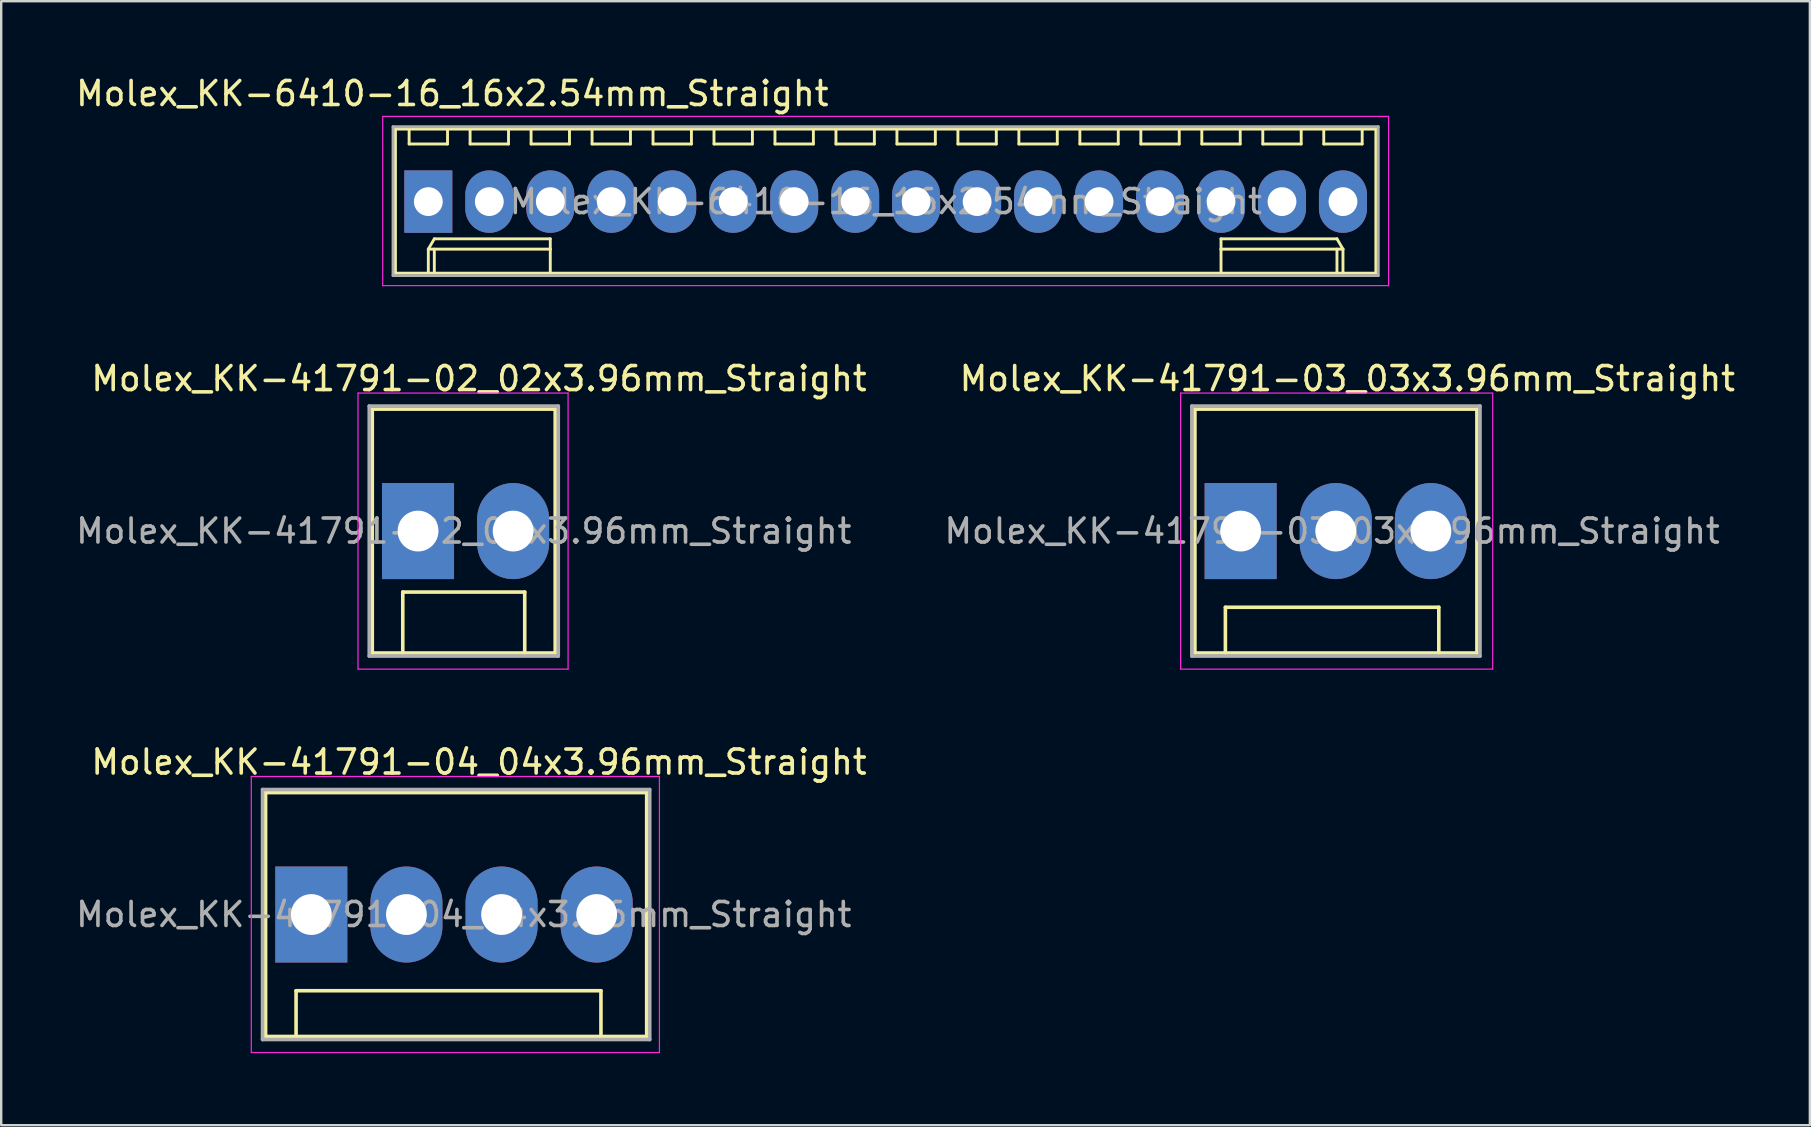
<source format=kicad_pcb>
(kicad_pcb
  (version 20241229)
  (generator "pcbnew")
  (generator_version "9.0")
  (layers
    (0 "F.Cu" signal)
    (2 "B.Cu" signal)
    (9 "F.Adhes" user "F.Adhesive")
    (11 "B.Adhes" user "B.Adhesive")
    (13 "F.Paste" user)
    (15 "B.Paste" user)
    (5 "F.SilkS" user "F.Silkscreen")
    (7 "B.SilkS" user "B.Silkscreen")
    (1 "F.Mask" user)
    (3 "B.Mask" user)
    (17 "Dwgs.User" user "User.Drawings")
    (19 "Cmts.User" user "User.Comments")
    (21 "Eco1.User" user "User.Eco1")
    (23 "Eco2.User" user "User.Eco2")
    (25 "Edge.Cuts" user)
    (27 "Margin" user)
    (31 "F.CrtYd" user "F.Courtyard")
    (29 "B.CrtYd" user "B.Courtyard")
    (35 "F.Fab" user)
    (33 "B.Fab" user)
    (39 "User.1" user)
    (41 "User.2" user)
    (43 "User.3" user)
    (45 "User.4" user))
  (footprint "Molex_KK-41791-04_04x3.96mm_Straight"
    (layer "F.Cu")
    (at 9.918 35.045)
    (property "Reference" "Molex_KK-41791-04_04x3.96mm_Straight" (at 6.985 -6.35 0) (layer "F.SilkS") (effects (font (size 1 1) (thickness 0.15))))
    (attr through_hole)
    (fp_line (start -1.905 -5.08) (end -1.905 5.08) (stroke (width 0.15) (type solid)) (layer "F.SilkS"))
    (fp_line (start -1.905 -5.08) (end 13.97 -5.08) (stroke (width 0.15) (type solid)) (layer "F.SilkS"))
    (fp_line (start -0.635 3.175) (end 12.065 3.175) (stroke (width 0.15) (type solid)) (layer "F.SilkS"))
    (fp_line (start -0.635 5.08) (end -0.635 3.175) (stroke (width 0.15) (type solid)) (layer "F.SilkS"))
    (fp_line (start 12.065 3.175) (end 12.065 5.08) (stroke (width 0.15) (type solid)) (layer "F.SilkS"))
    (fp_line (start 13.97 -5.08) (end 13.97 5.08) (stroke (width 0.15) (type solid)) (layer "F.SilkS"))
    (fp_line (start 13.97 5.08) (end -1.905 5.08) (stroke (width 0.15) (type solid)) (layer "F.SilkS"))
    (fp_line (start -2.5 -5.75) (end 14.5 -5.75) (stroke (width 0.05) (type solid)) (layer "F.CrtYd"))
    (fp_line (start -2.5 5.75) (end -2.5 -5.75) (stroke (width 0.05) (type solid)) (layer "F.CrtYd"))
    (fp_line (start 14.5 -5.75) (end 14.5 5.75) (stroke (width 0.05) (type solid)) (layer "F.CrtYd"))
    (fp_line (start 14.5 5.75) (end -2.5 5.75) (stroke (width 0.05) (type solid)) (layer "F.CrtYd"))
    (fp_line (start -2.032 -5.207) (end 14.097 -5.207) (stroke (width 0.15) (type solid)) (layer "F.Fab"))
    (fp_line (start -2.032 5.207) (end -2.032 -5.207) (stroke (width 0.15) (type solid)) (layer "F.Fab"))
    (fp_line (start 14.097 -5.207) (end 14.097 5.207) (stroke (width 0.15) (type solid)) (layer "F.Fab"))
    (fp_line (start 14.097 5.207) (end -2.032 5.207) (stroke (width 0.15) (type solid)) (layer "F.Fab"))
    (fp_text user "${REFERENCE}" (at 6.35 0 0) (layer "F.Fab") (effects (font (size 1 1) (thickness 0.15))))
    (pad "1" thru_hole rect (at 0 0) (size 3 4) (drill 1.7) (layers "*.Cu" "*.Mask"))
    (pad "2" thru_hole oval (at 3.962 0) (size 3 4) (drill 1.7) (layers "*.Cu" "*.Mask"))
    (pad "3" thru_hole oval (at 7.925 0) (size 3 4) (drill 1.7) (layers "*.Cu" "*.Mask"))
    (pad "4" thru_hole oval (at 11.887 0) (size 3 4) (drill 1.7) (layers "*.Cu" "*.Mask")))
  (footprint "Molex_KK-41791-02_02x3.96mm_Straight"
    (layer "F.Cu")
    (at 14.363 19.072)
    (property "Reference" "Molex_KK-41791-02_02x3.96mm_Straight" (at 2.54 -6.35 0) (layer "F.SilkS") (effects (font (size 1 1) (thickness 0.15))))
    (attr through_hole)
    (fp_line (start -1.905 -5.08) (end 5.715 -5.08) (stroke (width 0.15) (type solid)) (layer "F.SilkS"))
    (fp_line (start -1.905 5.08) (end -1.905 -5.08) (stroke (width 0.15) (type solid)) (layer "F.SilkS"))
    (fp_line (start -0.635 2.54) (end 4.445 2.54) (stroke (width 0.15) (type solid)) (layer "F.SilkS"))
    (fp_line (start -0.635 5.08) (end -0.635 2.54) (stroke (width 0.15) (type solid)) (layer "F.SilkS"))
    (fp_line (start 4.445 2.54) (end 4.445 5.08) (stroke (width 0.15) (type solid)) (layer "F.SilkS"))
    (fp_line (start 5.715 -5.08) (end 5.715 5.08) (stroke (width 0.15) (type solid)) (layer "F.SilkS"))
    (fp_line (start 5.715 5.08) (end -1.905 5.08) (stroke (width 0.15) (type solid)) (layer "F.SilkS"))
    (fp_line (start -2.5 -5.75) (end 6.25 -5.75) (stroke (width 0.05) (type solid)) (layer "F.CrtYd"))
    (fp_line (start -2.5 5.75) (end -2.5 -5.75) (stroke (width 0.05) (type solid)) (layer "F.CrtYd"))
    (fp_line (start 6.25 -5.75) (end 6.25 5.75) (stroke (width 0.05) (type solid)) (layer "F.CrtYd"))
    (fp_line (start 6.25 5.75) (end -2.5 5.75) (stroke (width 0.05) (type solid)) (layer "F.CrtYd"))
    (fp_line (start -2.032 -5.207) (end 5.842 -5.207) (stroke (width 0.15) (type solid)) (layer "F.Fab"))
    (fp_line (start -2.032 5.207) (end -2.032 -5.207) (stroke (width 0.15) (type solid)) (layer "F.Fab"))
    (fp_line (start 5.842 -5.207) (end 5.842 5.207) (stroke (width 0.15) (type solid)) (layer "F.Fab"))
    (fp_line (start 5.842 5.207) (end -2.032 5.207) (stroke (width 0.15) (type solid)) (layer "F.Fab"))
    (fp_text user "${REFERENCE}" (at 1.905 0 0) (layer "F.Fab") (effects (font (size 1 1) (thickness 0.15))))
    (pad "1" thru_hole rect (at 0 0) (size 3 4) (drill 1.7) (layers "*.Cu" "*.Mask"))
    (pad "2" thru_hole oval (at 3.962 0) (size 3 4) (drill 1.7) (layers "*.Cu" "*.Mask")))
  (footprint "Molex_KK-6410-16_16x2.54mm_Straight"
    (layer "F.Cu")
    (at 14.792 5.348)
    (property "Reference" "Molex_KK-6410-16_16x2.54mm_Straight" (at 1 -4.5 0) (layer "F.SilkS") (effects (font (size 1 1) (thickness 0.15))))
    (attr through_hole)
    (fp_line (start -1.37 -3.02) (end -1.37 2.98) (stroke (width 0.12) (type solid)) (layer "F.SilkS"))
    (fp_line (start -1.37 2.98) (end 39.47 2.98) (stroke (width 0.12) (type solid)) (layer "F.SilkS"))
    (fp_line (start -0.8 -3.02) (end -0.8 -2.4) (stroke (width 0.12) (type solid)) (layer "F.SilkS"))
    (fp_line (start -0.8 -2.4) (end 0.8 -2.4) (stroke (width 0.12) (type solid)) (layer "F.SilkS"))
    (fp_line (start 0 1.98) (end 0.25 1.55) (stroke (width 0.12) (type solid)) (layer "F.SilkS"))
    (fp_line (start 0 1.98) (end 5.08 1.98) (stroke (width 0.12) (type solid)) (layer "F.SilkS"))
    (fp_line (start 0 2.98) (end 0 1.98) (stroke (width 0.12) (type solid)) (layer "F.SilkS"))
    (fp_line (start 0.25 1.55) (end 5.08 1.55) (stroke (width 0.12) (type solid)) (layer "F.SilkS"))
    (fp_line (start 0.25 2.98) (end 0.25 1.98) (stroke (width 0.12) (type solid)) (layer "F.SilkS"))
    (fp_line (start 0.8 -2.4) (end 0.8 -3.02) (stroke (width 0.12) (type solid)) (layer "F.SilkS"))
    (fp_line (start 1.74 -3.02) (end 1.74 -2.4) (stroke (width 0.12) (type solid)) (layer "F.SilkS"))
    (fp_line (start 1.74 -2.4) (end 3.34 -2.4) (stroke (width 0.12) (type solid)) (layer "F.SilkS"))
    (fp_line (start 3.34 -2.4) (end 3.34 -3.02) (stroke (width 0.12) (type solid)) (layer "F.SilkS"))
    (fp_line (start 4.28 -3.02) (end 4.28 -2.4) (stroke (width 0.12) (type solid)) (layer "F.SilkS"))
    (fp_line (start 4.28 -2.4) (end 5.88 -2.4) (stroke (width 0.12) (type solid)) (layer "F.SilkS"))
    (fp_line (start 5.08 1.55) (end 5.08 1.98) (stroke (width 0.12) (type solid)) (layer "F.SilkS"))
    (fp_line (start 5.08 1.98) (end 5.08 2.98) (stroke (width 0.12) (type solid)) (layer "F.SilkS"))
    (fp_line (start 5.88 -2.4) (end 5.88 -3.02) (stroke (width 0.12) (type solid)) (layer "F.SilkS"))
    (fp_line (start 6.82 -3.02) (end 6.82 -2.4) (stroke (width 0.12) (type solid)) (layer "F.SilkS"))
    (fp_line (start 6.82 -2.4) (end 8.42 -2.4) (stroke (width 0.12) (type solid)) (layer "F.SilkS"))
    (fp_line (start 8.42 -2.4) (end 8.42 -3.02) (stroke (width 0.12) (type solid)) (layer "F.SilkS"))
    (fp_line (start 9.36 -3.02) (end 9.36 -2.4) (stroke (width 0.12) (type solid)) (layer "F.SilkS"))
    (fp_line (start 9.36 -2.4) (end 10.96 -2.4) (stroke (width 0.12) (type solid)) (layer "F.SilkS"))
    (fp_line (start 10.96 -2.4) (end 10.96 -3.02) (stroke (width 0.12) (type solid)) (layer "F.SilkS"))
    (fp_line (start 11.9 -3.02) (end 11.9 -2.4) (stroke (width 0.12) (type solid)) (layer "F.SilkS"))
    (fp_line (start 11.9 -2.4) (end 13.5 -2.4) (stroke (width 0.12) (type solid)) (layer "F.SilkS"))
    (fp_line (start 13.5 -2.4) (end 13.5 -3.02) (stroke (width 0.12) (type solid)) (layer "F.SilkS"))
    (fp_line (start 14.44 -3.02) (end 14.44 -2.4) (stroke (width 0.12) (type solid)) (layer "F.SilkS"))
    (fp_line (start 14.44 -2.4) (end 16.04 -2.4) (stroke (width 0.12) (type solid)) (layer "F.SilkS"))
    (fp_line (start 16.04 -2.4) (end 16.04 -3.02) (stroke (width 0.12) (type solid)) (layer "F.SilkS"))
    (fp_line (start 16.98 -3.02) (end 16.98 -2.4) (stroke (width 0.12) (type solid)) (layer "F.SilkS"))
    (fp_line (start 16.98 -2.4) (end 18.58 -2.4) (stroke (width 0.12) (type solid)) (layer "F.SilkS"))
    (fp_line (start 18.58 -2.4) (end 18.58 -3.02) (stroke (width 0.12) (type solid)) (layer "F.SilkS"))
    (fp_line (start 19.52 -3.02) (end 19.52 -2.4) (stroke (width 0.12) (type solid)) (layer "F.SilkS"))
    (fp_line (start 19.52 -2.4) (end 21.12 -2.4) (stroke (width 0.12) (type solid)) (layer "F.SilkS"))
    (fp_line (start 21.12 -2.4) (end 21.12 -3.02) (stroke (width 0.12) (type solid)) (layer "F.SilkS"))
    (fp_line (start 22.06 -3.02) (end 22.06 -2.4) (stroke (width 0.12) (type solid)) (layer "F.SilkS"))
    (fp_line (start 22.06 -2.4) (end 23.66 -2.4) (stroke (width 0.12) (type solid)) (layer "F.SilkS"))
    (fp_line (start 23.66 -2.4) (end 23.66 -3.02) (stroke (width 0.12) (type solid)) (layer "F.SilkS"))
    (fp_line (start 24.6 -3.02) (end 24.6 -2.4) (stroke (width 0.12) (type solid)) (layer "F.SilkS"))
    (fp_line (start 24.6 -2.4) (end 26.2 -2.4) (stroke (width 0.12) (type solid)) (layer "F.SilkS"))
    (fp_line (start 26.2 -2.4) (end 26.2 -3.02) (stroke (width 0.12) (type solid)) (layer "F.SilkS"))
    (fp_line (start 27.14 -3.02) (end 27.14 -2.4) (stroke (width 0.12) (type solid)) (layer "F.SilkS"))
    (fp_line (start 27.14 -2.4) (end 28.74 -2.4) (stroke (width 0.12) (type solid)) (layer "F.SilkS"))
    (fp_line (start 28.74 -2.4) (end 28.74 -3.02) (stroke (width 0.12) (type solid)) (layer "F.SilkS"))
    (fp_line (start 29.68 -3.02) (end 29.68 -2.4) (stroke (width 0.12) (type solid)) (layer "F.SilkS"))
    (fp_line (start 29.68 -2.4) (end 31.28 -2.4) (stroke (width 0.12) (type solid)) (layer "F.SilkS"))
    (fp_line (start 31.28 -2.4) (end 31.28 -3.02) (stroke (width 0.12) (type solid)) (layer "F.SilkS"))
    (fp_line (start 32.22 -3.02) (end 32.22 -2.4) (stroke (width 0.12) (type solid)) (layer "F.SilkS"))
    (fp_line (start 32.22 -2.4) (end 33.82 -2.4) (stroke (width 0.12) (type solid)) (layer "F.SilkS"))
    (fp_line (start 33.02 1.55) (end 33.02 1.98) (stroke (width 0.12) (type solid)) (layer "F.SilkS"))
    (fp_line (start 33.02 1.98) (end 33.02 2.98) (stroke (width 0.12) (type solid)) (layer "F.SilkS"))
    (fp_line (start 33.82 -2.4) (end 33.82 -3.02) (stroke (width 0.12) (type solid)) (layer "F.SilkS"))
    (fp_line (start 34.76 -3.02) (end 34.76 -2.4) (stroke (width 0.12) (type solid)) (layer "F.SilkS"))
    (fp_line (start 34.76 -2.4) (end 36.36 -2.4) (stroke (width 0.12) (type solid)) (layer "F.SilkS"))
    (fp_line (start 36.36 -2.4) (end 36.36 -3.02) (stroke (width 0.12) (type solid)) (layer "F.SilkS"))
    (fp_line (start 37.3 -3.02) (end 37.3 -2.4) (stroke (width 0.12) (type solid)) (layer "F.SilkS"))
    (fp_line (start 37.3 -2.4) (end 38.9 -2.4) (stroke (width 0.12) (type solid)) (layer "F.SilkS"))
    (fp_line (start 37.85 1.55) (end 33.02 1.55) (stroke (width 0.12) (type solid)) (layer "F.SilkS"))
    (fp_line (start 37.85 2.98) (end 37.85 1.98) (stroke (width 0.12) (type solid)) (layer "F.SilkS"))
    (fp_line (start 38.1 1.98) (end 33.02 1.98) (stroke (width 0.12) (type solid)) (layer "F.SilkS"))
    (fp_line (start 38.1 1.98) (end 37.85 1.55) (stroke (width 0.12) (type solid)) (layer "F.SilkS"))
    (fp_line (start 38.1 2.98) (end 38.1 1.98) (stroke (width 0.12) (type solid)) (layer "F.SilkS"))
    (fp_line (start 38.9 -2.4) (end 38.9 -3.02) (stroke (width 0.12) (type solid)) (layer "F.SilkS"))
    (fp_line (start 39.47 -3.02) (end -1.37 -3.02) (stroke (width 0.12) (type solid)) (layer "F.SilkS"))
    (fp_line (start 39.47 2.98) (end 39.47 -3.02) (stroke (width 0.12) (type solid)) (layer "F.SilkS"))
    (fp_line (start -1.9 -3.55) (end 40 -3.55) (stroke (width 0.05) (type solid)) (layer "F.CrtYd"))
    (fp_line (start -1.9 3.5) (end -1.9 -3.55) (stroke (width 0.05) (type solid)) (layer "F.CrtYd"))
    (fp_line (start 40 -3.55) (end 40 3.5) (stroke (width 0.05) (type solid)) (layer "F.CrtYd"))
    (fp_line (start 40 3.5) (end -1.9 3.5) (stroke (width 0.05) (type solid)) (layer "F.CrtYd"))
    (fp_line (start -1.47 -3.12) (end -1.47 3.08) (stroke (width 0.12) (type solid)) (layer "F.Fab"))
    (fp_line (start -1.47 3.08) (end 39.57 3.08) (stroke (width 0.12) (type solid)) (layer "F.Fab"))
    (fp_line (start 39.57 -3.12) (end -1.47 -3.12) (stroke (width 0.12) (type solid)) (layer "F.Fab"))
    (fp_line (start 39.57 3.08) (end 39.57 -3.12) (stroke (width 0.12) (type solid)) (layer "F.Fab"))
    (fp_text user "${REFERENCE}" (at 19.05 0 0) (layer "F.Fab") (effects (font (size 1 1) (thickness 0.15))))
    (pad "1" thru_hole rect (at 0 0) (size 2 2.6) (drill 1.2) (layers "*.Cu" "*.Mask"))
    (pad "2" thru_hole oval (at 2.54 0) (size 2 2.6) (drill 1.2) (layers "*.Cu" "*.Mask"))
    (pad "3" thru_hole oval (at 5.08 0) (size 2 2.6) (drill 1.2) (layers "*.Cu" "*.Mask"))
    (pad "4" thru_hole oval (at 7.62 0) (size 2 2.6) (drill 1.2) (layers "*.Cu" "*.Mask"))
    (pad "5" thru_hole oval (at 10.16 0) (size 2 2.6) (drill 1.2) (layers "*.Cu" "*.Mask"))
    (pad "6" thru_hole oval (at 12.7 0) (size 2 2.6) (drill 1.2) (layers "*.Cu" "*.Mask"))
    (pad "7" thru_hole oval (at 15.24 0) (size 2 2.6) (drill 1.2) (layers "*.Cu" "*.Mask"))
    (pad "8" thru_hole oval (at 17.78 0) (size 2 2.6) (drill 1.2) (layers "*.Cu" "*.Mask"))
    (pad "9" thru_hole oval (at 20.32 0) (size 2 2.6) (drill 1.2) (layers "*.Cu" "*.Mask"))
    (pad "10" thru_hole oval (at 22.86 0) (size 2 2.6) (drill 1.2) (layers "*.Cu" "*.Mask"))
    (pad "11" thru_hole oval (at 25.4 0) (size 2 2.6) (drill 1.2) (layers "*.Cu" "*.Mask"))
    (pad "12" thru_hole oval (at 27.94 0) (size 2 2.6) (drill 1.2) (layers "*.Cu" "*.Mask"))
    (pad "13" thru_hole oval (at 30.48 0) (size 2 2.6) (drill 1.2) (layers "*.Cu" "*.Mask"))
    (pad "14" thru_hole oval (at 33.02 0) (size 2 2.6) (drill 1.2) (layers "*.Cu" "*.Mask"))
    (pad "15" thru_hole oval (at 35.56 0) (size 2 2.6) (drill 1.2) (layers "*.Cu" "*.Mask"))
    (pad "16" thru_hole oval (at 38.1 0) (size 2 2.6) (drill 1.2) (layers "*.Cu" "*.Mask")))
  (footprint "Molex_KK-41791-03_03x3.96mm_Straight"
    (layer "F.Cu")
    (at 48.629 19.072)
    (property "Reference" "Molex_KK-41791-03_03x3.96mm_Straight" (at 4.445 -6.35 0) (layer "F.SilkS") (effects (font (size 1 1) (thickness 0.15))))
    (attr through_hole)
    (fp_line (start -1.905 -5.08) (end 9.842 -5.08) (stroke (width 0.15) (type solid)) (layer "F.SilkS"))
    (fp_line (start -1.905 5.08) (end -1.905 -5.08) (stroke (width 0.15) (type solid)) (layer "F.SilkS"))
    (fp_line (start -0.635 3.175) (end 8.255 3.175) (stroke (width 0.15) (type solid)) (layer "F.SilkS"))
    (fp_line (start -0.635 5.08) (end -0.635 3.175) (stroke (width 0.15) (type solid)) (layer "F.SilkS"))
    (fp_line (start 8.255 3.175) (end 8.255 5.08) (stroke (width 0.15) (type solid)) (layer "F.SilkS"))
    (fp_line (start 9.842 -5.08) (end 9.842 5.08) (stroke (width 0.15) (type solid)) (layer "F.SilkS"))
    (fp_line (start 9.842 5.08) (end -1.905 5.08) (stroke (width 0.15) (type solid)) (layer "F.SilkS"))
    (fp_line (start -2.5 -5.75) (end 10.5 -5.75) (stroke (width 0.05) (type solid)) (layer "F.CrtYd"))
    (fp_line (start -2.5 5.75) (end -2.5 -5.75) (stroke (width 0.05) (type solid)) (layer "F.CrtYd"))
    (fp_line (start 10.5 -5.75) (end 10.5 5.75) (stroke (width 0.05) (type solid)) (layer "F.CrtYd"))
    (fp_line (start 10.5 5.75) (end -2.5 5.75) (stroke (width 0.05) (type solid)) (layer "F.CrtYd"))
    (fp_line (start -2.032 -5.207) (end 9.97 -5.207) (stroke (width 0.15) (type solid)) (layer "F.Fab"))
    (fp_line (start -2.032 5.207) (end -2.032 -5.207) (stroke (width 0.15) (type solid)) (layer "F.Fab"))
    (fp_line (start 9.97 -5.207) (end 9.97 5.207) (stroke (width 0.15) (type solid)) (layer "F.Fab"))
    (fp_line (start 9.97 5.207) (end -2.032 5.207) (stroke (width 0.15) (type solid)) (layer "F.Fab"))
    (fp_text user "${REFERENCE}" (at 3.81 0 0) (layer "F.Fab") (effects (font (size 1 1) (thickness 0.15))))
    (pad "1" thru_hole rect (at 0 0) (size 3 4) (drill 1.7) (layers "*.Cu" "*.Mask"))
    (pad "2" thru_hole oval (at 3.962 0) (size 3 4) (drill 1.7) (layers "*.Cu" "*.Mask"))
    (pad "3" thru_hole oval (at 7.925 0) (size 3 4) (drill 1.7) (layers "*.Cu" "*.Mask")))
  (gr_rect
    (start -3 -3)
    (end 72.341 43.82)
    (stroke (width 0.1) (type default))
    (fill no)
    (layer "Edge.Cuts")))
</source>
